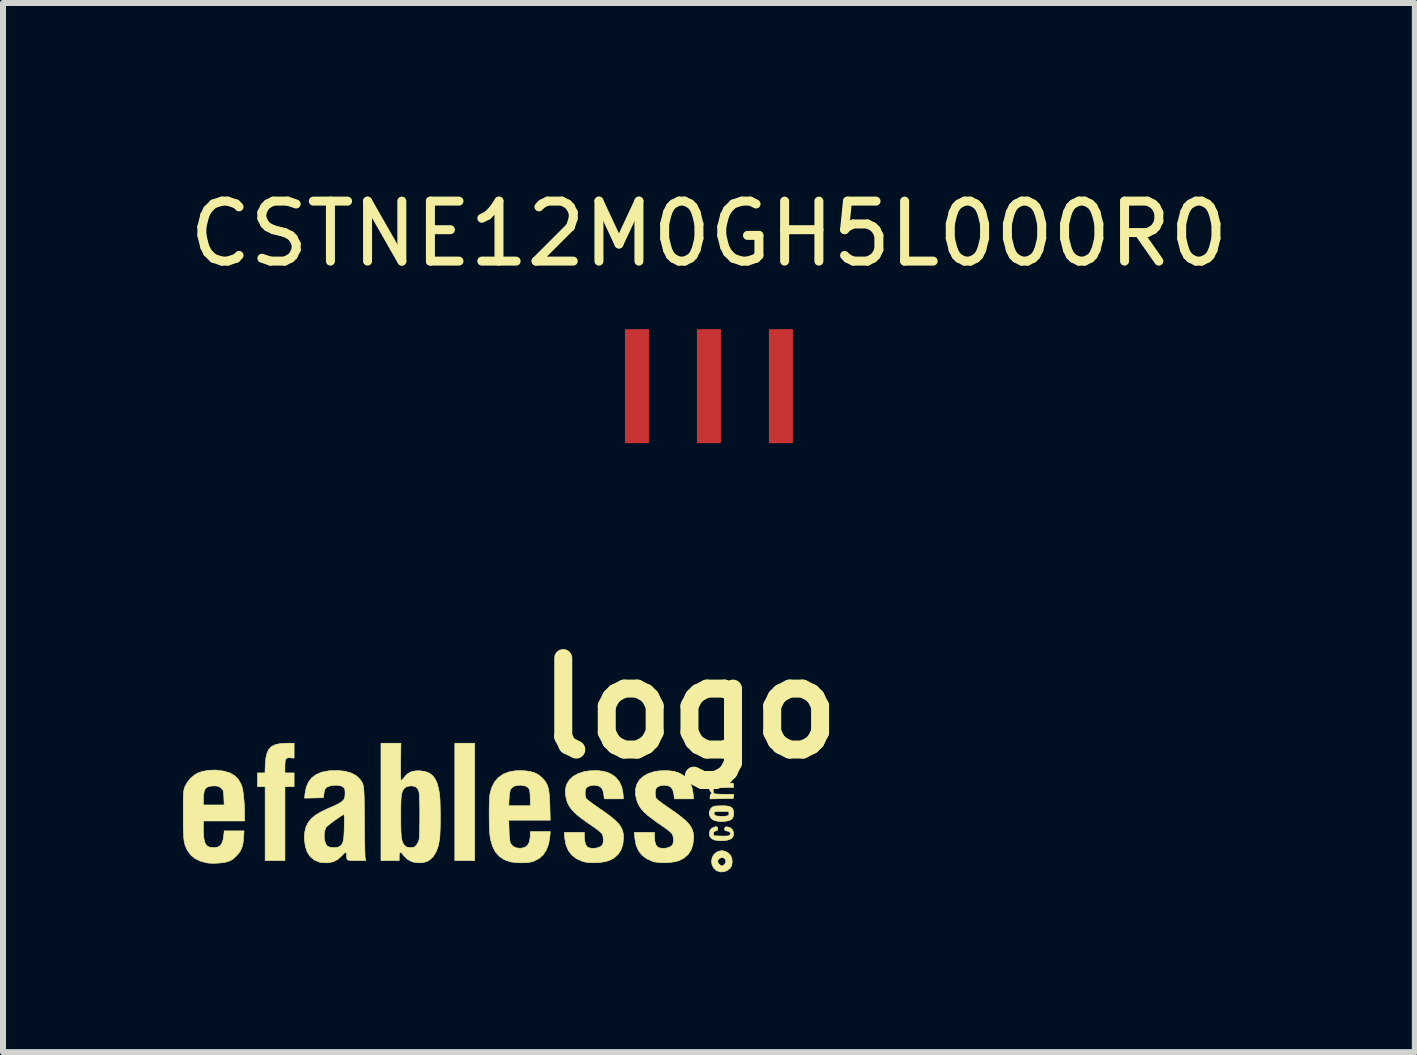
<source format=kicad_pcb>
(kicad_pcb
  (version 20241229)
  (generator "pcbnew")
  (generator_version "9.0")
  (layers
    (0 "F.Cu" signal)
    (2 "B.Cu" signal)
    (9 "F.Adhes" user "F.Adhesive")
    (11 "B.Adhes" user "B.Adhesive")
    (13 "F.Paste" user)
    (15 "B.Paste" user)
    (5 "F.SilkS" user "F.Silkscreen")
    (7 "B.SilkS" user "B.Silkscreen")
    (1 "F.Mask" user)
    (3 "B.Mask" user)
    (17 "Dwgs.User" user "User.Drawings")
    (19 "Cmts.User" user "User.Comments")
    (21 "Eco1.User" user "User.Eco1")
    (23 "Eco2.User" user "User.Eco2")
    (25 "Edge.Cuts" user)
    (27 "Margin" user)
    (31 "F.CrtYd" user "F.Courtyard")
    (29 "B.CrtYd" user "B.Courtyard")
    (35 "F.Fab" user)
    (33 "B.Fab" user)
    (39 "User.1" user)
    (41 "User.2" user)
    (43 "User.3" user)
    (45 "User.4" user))
  (footprint "CSTNE12M0GH5L000R0"
    (layer "F.Cu")
    (at 8.768 3.388)
    (property "Reference" "CSTNE12M0GH5L000R0" (at 0 -2.54 0) (layer "F.SilkS") (effects (font (size 1 1) (thickness 0.15))))
    (attr through_hole)
    (pad "1" smd rect (at 1.2 0) (size 0.4 1.9) (layers "F.Cu" "F.Mask" "F.Paste"))
    (pad "2" smd rect (at 0 0) (size 0.4 1.9) (layers "F.Cu" "F.Mask" "F.Paste"))
    (pad "3" smd rect (at -1.2 0) (size 0.4 1.9) (layers "F.Cu" "F.Mask" "F.Paste")))
  (footprint "logo"
    (layer "F.Cu")
    (at 4.507 10.407)
    (property "Reference" "logo" (at 3.937 -1.651 0) (layer "F.SilkS") (effects (font (size 1.524 1.524) (thickness 0.3))))
    (attr through_hole)
    (fp_poly (pts (xy 0.356 0.889) (xy 0.025 0.889) (xy 0.025 -1.067) (xy 0.356 -1.067) (xy 0.356 0.889)) (stroke (width 0.01) (type solid)) (fill yes) (layer "F.SilkS"))
    (fp_poly (pts (xy -2.654 -0.819) (xy -2.712 -0.824) (xy -2.752 -0.825) (xy -2.78 -0.817) (xy -2.796 -0.798) (xy -2.804 -0.762) (xy -2.807 -0.706) (xy -2.807 -0.684) (xy -2.807 -0.572) (xy -2.654 -0.572) (xy -2.654 -0.343) (xy -2.807 -0.343) (xy -2.807 0.889) (xy -3.137 0.889) (xy -3.137 -0.343) (xy -3.264 -0.343) (xy -3.264 -0.572) (xy -3.14 -0.572) (xy -3.134 -0.715) (xy -3.125 -0.82) (xy -3.105 -0.904) (xy -3.074 -0.968) (xy -3.028 -1.014) (xy -2.965 -1.044) (xy -2.884 -1.061) (xy -2.781 -1.067) (xy -2.772 -1.067) (xy -2.654 -1.067) (xy -2.654 -0.819)) (stroke (width 0.01) (type solid)) (fill yes) (layer "F.SilkS"))
    (fp_poly (pts (xy 4.529 0.734) (xy 4.581 0.761) (xy 4.62 0.799) (xy 4.624 0.805) (xy 4.643 0.854) (xy 4.649 0.911) (xy 4.642 0.965) (xy 4.622 1.008) (xy 4.622 1.008) (xy 4.573 1.051) (xy 4.515 1.075) (xy 4.452 1.078) (xy 4.393 1.059) (xy 4.385 1.055) (xy 4.341 1.014) (xy 4.314 0.962) (xy 4.305 0.905) (xy 4.305 0.904) (xy 4.407 0.904) (xy 4.417 0.932) (xy 4.44 0.959) (xy 4.467 0.976) (xy 4.477 0.978) (xy 4.499 0.969) (xy 4.521 0.953) (xy 4.542 0.919) (xy 4.542 0.886) (xy 4.527 0.858) (xy 4.5 0.841) (xy 4.467 0.839) (xy 4.432 0.857) (xy 4.43 0.859) (xy 4.412 0.885) (xy 4.407 0.904) (xy 4.305 0.904) (xy 4.313 0.847) (xy 4.338 0.795) (xy 4.38 0.755) (xy 4.398 0.745) (xy 4.437 0.731) (xy 4.473 0.724) (xy 4.477 0.724) (xy 4.529 0.734)) (stroke (width 0.01) (type solid)) (fill yes) (layer "F.SilkS"))
    (fp_poly (pts (xy 4.398 0.329) (xy 4.407 0.353) (xy 4.407 0.362) (xy 4.401 0.385) (xy 4.378 0.395) (xy 4.372 0.396) (xy 4.347 0.403) (xy 4.338 0.422) (xy 4.337 0.438) (xy 4.337 0.476) (xy 4.465 0.48) (xy 4.526 0.481) (xy 4.567 0.479) (xy 4.592 0.475) (xy 4.607 0.467) (xy 4.611 0.463) (xy 4.62 0.437) (xy 4.608 0.414) (xy 4.577 0.399) (xy 4.56 0.396) (xy 4.533 0.391) (xy 4.523 0.377) (xy 4.524 0.358) (xy 4.529 0.335) (xy 4.544 0.327) (xy 4.572 0.328) (xy 4.619 0.343) (xy 4.653 0.375) (xy 4.672 0.418) (xy 4.672 0.465) (xy 4.654 0.505) (xy 4.623 0.529) (xy 4.574 0.547) (xy 4.511 0.557) (xy 4.442 0.558) (xy 4.372 0.549) (xy 4.356 0.546) (xy 4.308 0.524) (xy 4.277 0.487) (xy 4.267 0.442) (xy 4.276 0.391) (xy 4.305 0.354) (xy 4.339 0.335) (xy 4.377 0.323) (xy 4.398 0.329)) (stroke (width 0.01) (type solid)) (fill yes) (layer "F.SilkS"))
    (fp_poly (pts (xy 4.582 -0.018) (xy 4.627 -0.003) (xy 4.656 0.022) (xy 4.67 0.059) (xy 4.674 0.1) (xy 4.667 0.157) (xy 4.645 0.196) (xy 4.605 0.22) (xy 4.565 0.229) (xy 4.507 0.237) (xy 4.457 0.238) (xy 4.401 0.232) (xy 4.383 0.229) (xy 4.329 0.21) (xy 4.29 0.175) (xy 4.269 0.13) (xy 4.267 0.094) (xy 4.345 0.094) (xy 4.351 0.121) (xy 4.363 0.136) (xy 4.389 0.145) (xy 4.431 0.15) (xy 4.48 0.152) (xy 4.529 0.15) (xy 4.569 0.144) (xy 4.57 0.144) (xy 4.591 0.132) (xy 4.595 0.106) (xy 4.595 0.103) (xy 4.591 0.07) (xy 4.471 0.07) (xy 4.414 0.07) (xy 4.378 0.072) (xy 4.358 0.077) (xy 4.349 0.085) (xy 4.345 0.094) (xy 4.267 0.094) (xy 4.267 0.081) (xy 4.286 0.032) (xy 4.298 0.017) (xy 4.315 -0.001) (xy 4.335 -0.012) (xy 4.363 -0.019) (xy 4.406 -0.022) (xy 4.431 -0.023) (xy 4.518 -0.025) (xy 4.582 -0.018)) (stroke (width 0.01) (type solid)) (fill yes) (layer "F.SilkS"))
    (fp_poly (pts (xy 4.671 -0.549) (xy 4.667 -0.514) (xy 4.498 -0.511) (xy 4.329 -0.507) (xy 4.333 -0.46) (xy 4.337 -0.413) (xy 4.667 -0.4) (xy 4.671 -0.365) (xy 4.675 -0.331) (xy 4.506 -0.327) (xy 4.337 -0.324) (xy 4.333 -0.281) (xy 4.335 -0.246) (xy 4.346 -0.227) (xy 4.364 -0.223) (xy 4.403 -0.219) (xy 4.456 -0.217) (xy 4.517 -0.216) (xy 4.519 -0.216) (xy 4.675 -0.216) (xy 4.671 -0.181) (xy 4.667 -0.146) (xy 4.474 -0.143) (xy 4.28 -0.139) (xy 4.28 -0.177) (xy 4.284 -0.204) (xy 4.292 -0.216) (xy 4.293 -0.216) (xy 4.304 -0.225) (xy 4.302 -0.244) (xy 4.288 -0.265) (xy 4.286 -0.267) (xy 4.272 -0.291) (xy 4.267 -0.318) (xy 4.274 -0.349) (xy 4.286 -0.368) (xy 4.303 -0.393) (xy 4.305 -0.406) (xy 4.296 -0.433) (xy 4.286 -0.445) (xy 4.27 -0.472) (xy 4.269 -0.51) (xy 4.283 -0.546) (xy 4.293 -0.559) (xy 4.305 -0.569) (xy 4.321 -0.576) (xy 4.346 -0.58) (xy 4.383 -0.583) (xy 4.437 -0.584) (xy 4.497 -0.584) (xy 4.675 -0.584) (xy 4.671 -0.549)) (stroke (width 0.01) (type solid)) (fill yes) (layer "F.SilkS"))
    (fp_poly (pts (xy 1.172 -0.609) (xy 1.189 -0.608) (xy 1.283 -0.595) (xy 1.359 -0.573) (xy 1.422 -0.539) (xy 1.48 -0.491) (xy 1.48 -0.49) (xy 1.518 -0.45) (xy 1.547 -0.408) (xy 1.57 -0.361) (xy 1.586 -0.304) (xy 1.597 -0.234) (xy 1.605 -0.147) (xy 1.609 -0.04) (xy 1.61 -0.016) (xy 1.616 0.216) (xy 0.924 0.216) (xy 0.93 0.391) (xy 0.933 0.47) (xy 0.938 0.528) (xy 0.944 0.569) (xy 0.953 0.599) (xy 0.957 0.607) (xy 0.993 0.65) (xy 1.046 0.676) (xy 1.112 0.684) (xy 1.134 0.683) (xy 1.194 0.667) (xy 1.238 0.634) (xy 1.267 0.581) (xy 1.281 0.509) (xy 1.283 0.467) (xy 1.283 0.406) (xy 1.617 0.406) (xy 1.609 0.492) (xy 1.589 0.61) (xy 1.552 0.711) (xy 1.498 0.793) (xy 1.427 0.856) (xy 1.34 0.9) (xy 1.316 0.908) (xy 1.26 0.919) (xy 1.188 0.925) (xy 1.109 0.926) (xy 1.031 0.921) (xy 0.963 0.912) (xy 0.94 0.907) (xy 0.844 0.871) (xy 0.765 0.817) (xy 0.702 0.745) (xy 0.655 0.654) (xy 0.622 0.543) (xy 0.61 0.468) (xy 0.605 0.411) (xy 0.601 0.337) (xy 0.599 0.251) (xy 0.598 0.157) (xy 0.598 0.063) (xy 0.599 -0.025) (xy 0.924 -0.025) (xy 1.283 -0.025) (xy 1.283 -0.147) (xy 1.28 -0.223) (xy 1.273 -0.277) (xy 1.258 -0.315) (xy 1.234 -0.339) (xy 1.199 -0.354) (xy 1.197 -0.355) (xy 1.123 -0.368) (xy 1.056 -0.364) (xy 1.002 -0.345) (xy 0.964 -0.312) (xy 0.957 -0.3) (xy 0.944 -0.263) (xy 0.935 -0.207) (xy 0.93 -0.143) (xy 0.924 -0.025) (xy 0.599 -0.025) (xy 0.599 -0.028) (xy 0.602 -0.108) (xy 0.606 -0.174) (xy 0.61 -0.216) (xy 0.639 -0.326) (xy 0.686 -0.419) (xy 0.75 -0.494) (xy 0.832 -0.552) (xy 0.93 -0.59) (xy 1.044 -0.609) (xy 1.172 -0.609)) (stroke (width 0.01) (type solid)) (fill yes) (layer "F.SilkS"))
    (fp_poly (pts (xy 2.512 -0.598) (xy 2.606 -0.566) (xy 2.686 -0.517) (xy 2.707 -0.499) (xy 2.768 -0.424) (xy 2.809 -0.335) (xy 2.829 -0.232) (xy 2.829 -0.225) (xy 2.836 -0.14) (xy 2.677 -0.14) (xy 2.518 -0.14) (xy 2.509 -0.205) (xy 2.501 -0.251) (xy 2.488 -0.292) (xy 2.483 -0.305) (xy 2.452 -0.339) (xy 2.406 -0.36) (xy 2.352 -0.368) (xy 2.296 -0.363) (xy 2.245 -0.345) (xy 2.218 -0.324) (xy 2.204 -0.296) (xy 2.198 -0.253) (xy 2.198 -0.206) (xy 2.207 -0.163) (xy 2.216 -0.143) (xy 2.233 -0.128) (xy 2.267 -0.101) (xy 2.314 -0.065) (xy 2.372 -0.024) (xy 2.435 0.02) (xy 2.544 0.095) (xy 2.632 0.162) (xy 2.702 0.221) (xy 2.755 0.275) (xy 2.793 0.327) (xy 2.818 0.379) (xy 2.832 0.434) (xy 2.837 0.493) (xy 2.838 0.508) (xy 2.827 0.616) (xy 2.797 0.709) (xy 2.746 0.786) (xy 2.677 0.848) (xy 2.596 0.889) (xy 2.528 0.908) (xy 2.444 0.92) (xy 2.354 0.925) (xy 2.266 0.922) (xy 2.189 0.912) (xy 2.155 0.903) (xy 2.056 0.859) (xy 1.978 0.8) (xy 1.919 0.724) (xy 1.879 0.632) (xy 1.859 0.524) (xy 1.858 0.513) (xy 1.851 0.419) (xy 2.184 0.419) (xy 2.184 0.496) (xy 2.191 0.569) (xy 2.208 0.626) (xy 2.236 0.663) (xy 2.254 0.673) (xy 2.307 0.685) (xy 2.364 0.684) (xy 2.418 0.672) (xy 2.463 0.651) (xy 2.488 0.624) (xy 2.499 0.586) (xy 2.501 0.535) (xy 2.495 0.484) (xy 2.481 0.445) (xy 2.463 0.425) (xy 2.428 0.394) (xy 2.382 0.359) (xy 2.332 0.324) (xy 2.225 0.25) (xy 2.137 0.186) (xy 2.067 0.131) (xy 2.012 0.08) (xy 1.969 0.033) (xy 1.936 -0.014) (xy 1.91 -0.062) (xy 1.892 -0.108) (xy 1.869 -0.208) (xy 1.868 -0.301) (xy 1.89 -0.383) (xy 1.934 -0.455) (xy 1.998 -0.515) (xy 2.082 -0.562) (xy 2.184 -0.594) (xy 2.272 -0.607) (xy 2.4 -0.611) (xy 2.512 -0.598)) (stroke (width 0.01) (type solid)) (fill yes) (layer "F.SilkS"))
    (fp_poly (pts (xy 3.68 -0.598) (xy 3.775 -0.566) (xy 3.855 -0.517) (xy 3.875 -0.499) (xy 3.937 -0.424) (xy 3.977 -0.335) (xy 3.997 -0.232) (xy 3.998 -0.225) (xy 4.004 -0.14) (xy 3.845 -0.14) (xy 3.686 -0.14) (xy 3.678 -0.205) (xy 3.669 -0.251) (xy 3.657 -0.292) (xy 3.651 -0.305) (xy 3.621 -0.339) (xy 3.575 -0.36) (xy 3.52 -0.368) (xy 3.464 -0.363) (xy 3.414 -0.345) (xy 3.387 -0.324) (xy 3.373 -0.296) (xy 3.366 -0.253) (xy 3.367 -0.206) (xy 3.375 -0.163) (xy 3.385 -0.143) (xy 3.401 -0.128) (xy 3.435 -0.101) (xy 3.483 -0.065) (xy 3.54 -0.024) (xy 3.604 0.02) (xy 3.713 0.095) (xy 3.801 0.162) (xy 3.87 0.221) (xy 3.923 0.275) (xy 3.961 0.327) (xy 3.986 0.379) (xy 4.001 0.434) (xy 4.006 0.493) (xy 4.006 0.508) (xy 3.995 0.616) (xy 3.965 0.709) (xy 3.915 0.786) (xy 3.845 0.848) (xy 3.765 0.889) (xy 3.696 0.908) (xy 3.612 0.92) (xy 3.522 0.925) (xy 3.434 0.922) (xy 3.357 0.912) (xy 3.323 0.903) (xy 3.225 0.859) (xy 3.146 0.8) (xy 3.087 0.724) (xy 3.047 0.632) (xy 3.027 0.524) (xy 3.026 0.513) (xy 3.019 0.419) (xy 3.353 0.419) (xy 3.353 0.496) (xy 3.359 0.569) (xy 3.377 0.626) (xy 3.405 0.663) (xy 3.423 0.673) (xy 3.475 0.685) (xy 3.532 0.684) (xy 3.587 0.672) (xy 3.631 0.651) (xy 3.657 0.624) (xy 3.667 0.586) (xy 3.67 0.535) (xy 3.663 0.484) (xy 3.65 0.445) (xy 3.631 0.425) (xy 3.596 0.394) (xy 3.55 0.359) (xy 3.5 0.324) (xy 3.393 0.25) (xy 3.306 0.186) (xy 3.235 0.131) (xy 3.18 0.08) (xy 3.137 0.033) (xy 3.104 -0.014) (xy 3.079 -0.062) (xy 3.061 -0.108) (xy 3.037 -0.208) (xy 3.037 -0.301) (xy 3.059 -0.383) (xy 3.103 -0.455) (xy 3.167 -0.515) (xy 3.25 -0.562) (xy 3.352 -0.594) (xy 3.44 -0.607) (xy 3.569 -0.611) (xy 3.68 -0.598)) (stroke (width 0.01) (type solid)) (fill yes) (layer "F.SilkS"))
    (fp_poly (pts (xy -3.937 -0.617) (xy -3.82 -0.601) (xy -3.725 -0.572) (xy -3.648 -0.528) (xy -3.588 -0.47) (xy -3.543 -0.395) (xy -3.525 -0.349) (xy -3.513 -0.301) (xy -3.502 -0.232) (xy -3.493 -0.149) (xy -3.485 -0.056) (xy -3.481 0.04) (xy -3.48 0.111) (xy -3.48 0.229) (xy -4.166 0.229) (xy -4.166 0.381) (xy -4.163 0.477) (xy -4.153 0.55) (xy -4.136 0.604) (xy -4.109 0.641) (xy -4.071 0.663) (xy -4.02 0.672) (xy -3.991 0.673) (xy -3.933 0.666) (xy -3.889 0.643) (xy -3.858 0.601) (xy -3.837 0.54) (xy -3.828 0.478) (xy -3.819 0.394) (xy -3.489 0.394) (xy -3.496 0.505) (xy -3.505 0.595) (xy -3.522 0.667) (xy -3.549 0.727) (xy -3.588 0.781) (xy -3.62 0.815) (xy -3.668 0.859) (xy -3.712 0.888) (xy -3.759 0.907) (xy -3.76 0.908) (xy -3.822 0.921) (xy -3.899 0.93) (xy -3.98 0.934) (xy -4.055 0.933) (xy -4.105 0.928) (xy -4.214 0.899) (xy -4.303 0.857) (xy -4.374 0.8) (xy -4.428 0.726) (xy -4.434 0.716) (xy -4.452 0.68) (xy -4.467 0.646) (xy -4.478 0.609) (xy -4.487 0.567) (xy -4.493 0.517) (xy -4.497 0.454) (xy -4.5 0.377) (xy -4.502 0.282) (xy -4.502 0.166) (xy -4.502 0.121) (xy -4.502 0.01) (xy -4.502 -0.078) (xy -4.501 -0.138) (xy -4.166 -0.138) (xy -4.166 -0.038) (xy -3.82 -0.038) (xy -3.825 -0.16) (xy -3.828 -0.217) (xy -3.832 -0.255) (xy -3.838 -0.28) (xy -3.849 -0.298) (xy -3.867 -0.315) (xy -3.871 -0.319) (xy -3.899 -0.34) (xy -3.926 -0.351) (xy -3.964 -0.355) (xy -3.989 -0.356) (xy -4.054 -0.351) (xy -4.102 -0.336) (xy -4.135 -0.307) (xy -4.154 -0.262) (xy -4.164 -0.196) (xy -4.166 -0.138) (xy -4.501 -0.138) (xy -4.501 -0.148) (xy -4.5 -0.201) (xy -4.497 -0.242) (xy -4.494 -0.273) (xy -4.489 -0.297) (xy -4.483 -0.318) (xy -4.476 -0.339) (xy -4.473 -0.346) (xy -4.433 -0.418) (xy -4.377 -0.486) (xy -4.311 -0.541) (xy -4.266 -0.568) (xy -4.181 -0.597) (xy -4.082 -0.615) (xy -3.979 -0.62) (xy -3.937 -0.617)) (stroke (width 0.01) (type solid)) (fill yes) (layer "F.SilkS"))
    (fp_poly (pts (xy -0.878 -0.756) (xy -0.879 -0.647) (xy -0.879 -0.561) (xy -0.877 -0.498) (xy -0.874 -0.459) (xy -0.87 -0.445) (xy -0.87 -0.445) (xy -0.856 -0.455) (xy -0.833 -0.479) (xy -0.817 -0.501) (xy -0.766 -0.555) (xy -0.707 -0.59) (xy -0.634 -0.606) (xy -0.562 -0.608) (xy -0.474 -0.596) (xy -0.402 -0.57) (xy -0.344 -0.527) (xy -0.299 -0.465) (xy -0.264 -0.384) (xy -0.24 -0.281) (xy -0.228 -0.202) (xy -0.223 -0.142) (xy -0.22 -0.064) (xy -0.218 0.028) (xy -0.216 0.128) (xy -0.217 0.229) (xy -0.218 0.327) (xy -0.221 0.415) (xy -0.225 0.488) (xy -0.229 0.531) (xy -0.252 0.65) (xy -0.289 0.748) (xy -0.338 0.826) (xy -0.401 0.883) (xy -0.438 0.903) (xy -0.495 0.92) (xy -0.563 0.926) (xy -0.633 0.921) (xy -0.69 0.908) (xy -0.764 0.868) (xy -0.825 0.809) (xy -0.837 0.793) (xy -0.865 0.759) (xy -0.884 0.75) (xy -0.896 0.764) (xy -0.901 0.803) (xy -0.902 0.819) (xy -0.902 0.889) (xy -1.206 0.889) (xy -1.206 0.148) (xy -0.876 0.148) (xy -0.876 0.266) (xy -0.874 0.362) (xy -0.871 0.439) (xy -0.865 0.498) (xy -0.858 0.545) (xy -0.847 0.58) (xy -0.834 0.608) (xy -0.817 0.631) (xy -0.813 0.635) (xy -0.786 0.659) (xy -0.759 0.67) (xy -0.718 0.673) (xy -0.714 0.673) (xy -0.672 0.671) (xy -0.646 0.661) (xy -0.622 0.64) (xy -0.618 0.635) (xy -0.592 0.595) (xy -0.573 0.552) (xy -0.572 0.549) (xy -0.568 0.521) (xy -0.565 0.473) (xy -0.562 0.407) (xy -0.561 0.328) (xy -0.559 0.241) (xy -0.559 0.15) (xy -0.559 0.058) (xy -0.56 -0.03) (xy -0.562 -0.109) (xy -0.565 -0.176) (xy -0.568 -0.226) (xy -0.572 -0.256) (xy -0.572 -0.257) (xy -0.594 -0.309) (xy -0.628 -0.341) (xy -0.678 -0.354) (xy -0.706 -0.356) (xy -0.766 -0.348) (xy -0.81 -0.324) (xy -0.841 -0.281) (xy -0.857 -0.238) (xy -0.863 -0.211) (xy -0.868 -0.175) (xy -0.872 -0.127) (xy -0.874 -0.065) (xy -0.876 0.016) (xy -0.876 0.118) (xy -0.876 0.148) (xy -1.206 0.148) (xy -1.206 -1.067) (xy -0.874 -1.067) (xy -0.878 -0.756)) (stroke (width 0.01) (type solid)) (fill yes) (layer "F.SilkS"))
    (fp_poly (pts (xy -1.801 -0.599) (xy -1.7 -0.57) (xy -1.618 -0.525) (xy -1.555 -0.466) (xy -1.522 -0.416) (xy -1.514 -0.399) (xy -1.507 -0.381) (xy -1.501 -0.36) (xy -1.496 -0.333) (xy -1.493 -0.299) (xy -1.49 -0.255) (xy -1.487 -0.199) (xy -1.485 -0.128) (xy -1.484 -0.04) (xy -1.483 0.067) (xy -1.482 0.196) (xy -1.481 0.292) (xy -1.48 0.408) (xy -1.479 0.516) (xy -1.477 0.615) (xy -1.475 0.701) (xy -1.473 0.771) (xy -1.471 0.823) (xy -1.468 0.854) (xy -1.467 0.86) (xy -1.458 0.889) (xy -1.61 0.889) (xy -1.678 0.889) (xy -1.725 0.886) (xy -1.754 0.88) (xy -1.77 0.867) (xy -1.777 0.846) (xy -1.778 0.814) (xy -1.778 0.799) (xy -1.781 0.767) (xy -1.79 0.75) (xy -1.792 0.749) (xy -1.808 0.758) (xy -1.833 0.781) (xy -1.857 0.807) (xy -1.925 0.869) (xy -1.999 0.908) (xy -2.082 0.925) (xy -2.117 0.926) (xy -2.167 0.924) (xy -2.21 0.92) (xy -2.235 0.915) (xy -2.319 0.878) (xy -2.386 0.822) (xy -2.435 0.747) (xy -2.467 0.655) (xy -2.481 0.544) (xy -2.482 0.508) (xy -2.479 0.461) (xy -2.153 0.461) (xy -2.15 0.526) (xy -2.137 0.585) (xy -2.115 0.631) (xy -2.099 0.648) (xy -2.062 0.665) (xy -2.011 0.673) (xy -1.957 0.672) (xy -1.911 0.662) (xy -1.895 0.653) (xy -1.871 0.634) (xy -1.853 0.61) (xy -1.839 0.579) (xy -1.83 0.537) (xy -1.824 0.48) (xy -1.82 0.404) (xy -1.818 0.332) (xy -1.817 0.251) (xy -1.817 0.192) (xy -1.818 0.153) (xy -1.821 0.13) (xy -1.825 0.121) (xy -1.831 0.121) (xy -1.879 0.151) (xy -1.934 0.188) (xy -1.989 0.227) (xy -2.04 0.265) (xy -2.083 0.3) (xy -2.114 0.327) (xy -2.126 0.341) (xy -2.145 0.397) (xy -2.153 0.461) (xy -2.479 0.461) (xy -2.476 0.412) (xy -2.456 0.329) (xy -2.42 0.255) (xy -2.367 0.19) (xy -2.295 0.13) (xy -2.201 0.074) (xy -2.084 0.019) (xy -2.067 0.012) (xy -1.981 -0.026) (xy -1.915 -0.058) (xy -1.868 -0.087) (xy -1.837 -0.114) (xy -1.824 -0.129) (xy -1.811 -0.161) (xy -1.805 -0.208) (xy -1.804 -0.257) (xy -1.81 -0.3) (xy -1.816 -0.317) (xy -1.843 -0.343) (xy -1.887 -0.36) (xy -1.942 -0.367) (xy -2.001 -0.366) (xy -2.057 -0.355) (xy -2.105 -0.336) (xy -2.132 -0.313) (xy -2.143 -0.289) (xy -2.153 -0.25) (xy -2.157 -0.226) (xy -2.165 -0.159) (xy -2.323 -0.155) (xy -2.48 -0.152) (xy -2.472 -0.227) (xy -2.452 -0.333) (xy -2.413 -0.422) (xy -2.356 -0.494) (xy -2.281 -0.548) (xy -2.187 -0.586) (xy -2.074 -0.607) (xy -2.051 -0.609) (xy -1.918 -0.612) (xy -1.801 -0.599)) (stroke (width 0.01) (type solid)) (fill yes) (layer "F.SilkS")))
  (gr_rect
    (start -3 -3)
    (end 20.536 14.49)
    (stroke (width 0.1) (type default))
    (fill no)
    (layer "Edge.Cuts")))
</source>
